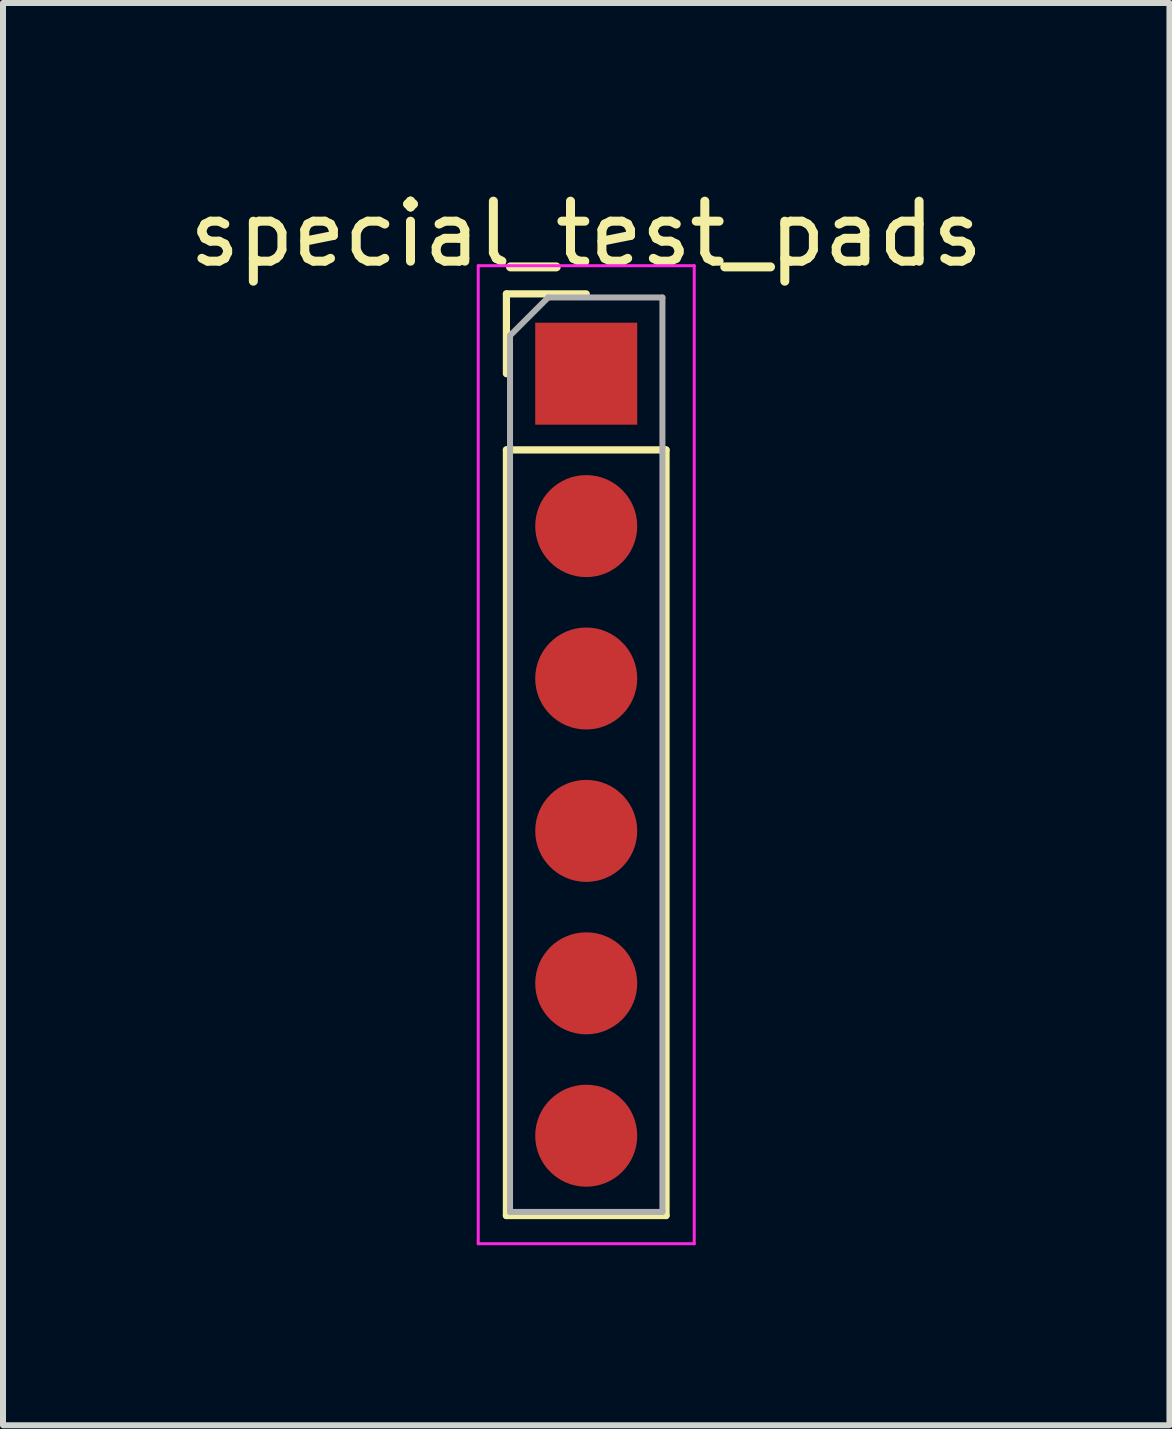
<source format=kicad_pcb>
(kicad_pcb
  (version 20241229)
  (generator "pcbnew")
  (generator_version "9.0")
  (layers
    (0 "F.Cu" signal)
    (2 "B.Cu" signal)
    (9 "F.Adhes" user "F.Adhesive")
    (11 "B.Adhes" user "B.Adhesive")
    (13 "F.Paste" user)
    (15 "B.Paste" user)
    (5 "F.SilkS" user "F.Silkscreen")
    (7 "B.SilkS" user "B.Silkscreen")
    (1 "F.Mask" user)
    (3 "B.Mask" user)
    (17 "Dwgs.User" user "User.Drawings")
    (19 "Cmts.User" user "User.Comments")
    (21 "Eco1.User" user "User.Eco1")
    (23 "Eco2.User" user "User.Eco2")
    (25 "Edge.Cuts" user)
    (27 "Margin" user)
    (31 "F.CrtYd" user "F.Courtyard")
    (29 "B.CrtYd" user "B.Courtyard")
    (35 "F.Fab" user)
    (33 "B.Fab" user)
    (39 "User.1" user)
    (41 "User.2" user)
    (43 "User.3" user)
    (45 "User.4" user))
  (footprint "special_test_pads"
    (layer "F.Cu")
    (at 6.72 3.178)
    (property "Reference" "special_test_pads" (at 0 -2.33 0) (layer "F.SilkS") (effects (font (size 1 1) (thickness 0.15))))
    (attr through_hole)
    (fp_line (start -1.33 -1.33) (end 0 -1.33) (stroke (width 0.12) (type solid)) (layer "F.SilkS"))
    (fp_line (start -1.33 0) (end -1.33 -1.33) (stroke (width 0.12) (type solid)) (layer "F.SilkS"))
    (fp_line (start -1.33 1.27) (end -1.33 14.03) (stroke (width 0.12) (type solid)) (layer "F.SilkS"))
    (fp_line (start -1.33 1.27) (end 1.33 1.27) (stroke (width 0.12) (type solid)) (layer "F.SilkS"))
    (fp_line (start -1.33 14.03) (end 1.33 14.03) (stroke (width 0.12) (type solid)) (layer "F.SilkS"))
    (fp_line (start 1.33 1.27) (end 1.33 14.03) (stroke (width 0.12) (type solid)) (layer "F.SilkS"))
    (fp_line (start -1.8 -1.8) (end -1.8 14.5) (stroke (width 0.05) (type solid)) (layer "F.CrtYd"))
    (fp_line (start -1.8 14.5) (end 1.8 14.5) (stroke (width 0.05) (type solid)) (layer "F.CrtYd"))
    (fp_line (start 1.8 -1.8) (end -1.8 -1.8) (stroke (width 0.05) (type solid)) (layer "F.CrtYd"))
    (fp_line (start 1.8 14.5) (end 1.8 -1.8) (stroke (width 0.05) (type solid)) (layer "F.CrtYd"))
    (fp_line (start -1.27 -0.635) (end -0.635 -1.27) (stroke (width 0.1) (type solid)) (layer "F.Fab"))
    (fp_line (start -1.27 13.97) (end -1.27 -0.635) (stroke (width 0.1) (type solid)) (layer "F.Fab"))
    (fp_line (start -0.635 -1.27) (end 1.27 -1.27) (stroke (width 0.1) (type solid)) (layer "F.Fab"))
    (fp_line (start 1.27 -1.27) (end 1.27 13.97) (stroke (width 0.1) (type solid)) (layer "F.Fab"))
    (fp_line (start 1.27 13.97) (end -1.27 13.97) (stroke (width 0.1) (type solid)) (layer "F.Fab"))
    (pad "1" smd rect (at 0 0) (size 1.7 1.7) (layers "F.Cu" "F.Mask"))
    (pad "2" smd oval (at 0 2.54) (size 1.7 1.7) (layers "F.Cu" "F.Mask"))
    (pad "3" smd oval (at 0 5.08) (size 1.7 1.7) (layers "F.Cu" "F.Mask"))
    (pad "4" smd oval (at 0 7.62) (size 1.7 1.7) (layers "F.Cu" "F.Mask"))
    (pad "5" smd oval (at 0 10.16) (size 1.7 1.7) (layers "F.Cu" "F.Mask"))
    (pad "6" smd oval (at 0 12.7) (size 1.7 1.7) (layers "F.Cu" "F.Mask")))
  (gr_rect
    (start -3 -3)
    (end 16.44 20.703)
    (stroke (width 0.1) (type default))
    (fill no)
    (layer "Edge.Cuts")))
</source>
